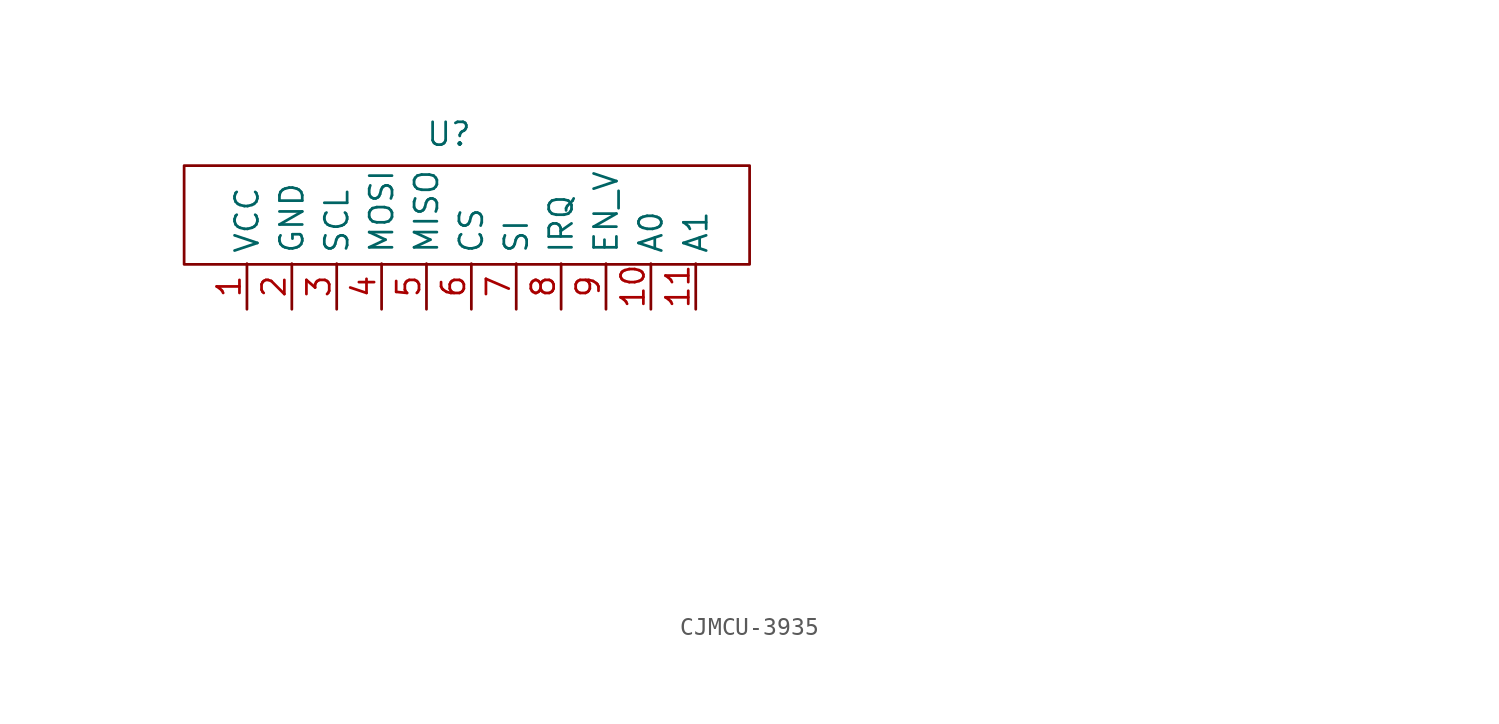
<source format=kicad_sym>
(kicad_symbol_lib
  (version 20220914)
  (generator kicad_symbol_editor)
  (symbol "CJMCU-3935"
    (property "Reference" "U"
      (at -1.25 4 0)
      (effects (font (size 1.27 1.27))))
    (property "Value" ""
      (at 46.75 -19.75 0)
      (effects (font (size 1.27 1.27))))
    (symbol "CJMCU-3935_0_1"
      (rectangle (start -16 2.25) (end 15.5 -3.25) (stroke (width 0) (type default)) (fill (type none))))
    (symbol "CJMCU-3935_1_1"
      (pin power_in line (at -12.5 -5.75 90) (length 2.54) (name "VCC" (effects (font (size 1.27 1.27)))) (number "1" (effects (font (size 1.27 1.27)))))
      (pin bidirectional line (at 10 -5.75 90) (length 2.54) (name "A0" (effects (font (size 1.27 1.27)))) (number "10" (effects (font (size 1.27 1.27)))))
      (pin bidirectional line (at 12.5 -5.75 90) (length 2.54) (name "A1" (effects (font (size 1.27 1.27)))) (number "11" (effects (font (size 1.27 1.27)))))
      (pin power_out line (at -10 -5.75 90) (length 2.54) (name "GND" (effects (font (size 1.27 1.27)))) (number "2" (effects (font (size 1.27 1.27)))))
      (pin bidirectional line (at -7.5 -5.75 90) (length 2.54) (name "SCL" (effects (font (size 1.27 1.27)))) (number "3" (effects (font (size 1.27 1.27)))))
      (pin bidirectional line (at -5 -5.75 90) (length 2.54) (name "MOSI" (effects (font (size 1.27 1.27)))) (number "4" (effects (font (size 1.27 1.27)))))
      (pin bidirectional line (at -2.5 -5.75 90) (length 2.54) (name "MISO" (effects (font (size 1.27 1.27)))) (number "5" (effects (font (size 1.27 1.27)))))
      (pin bidirectional line (at 0 -5.75 90) (length 2.54) (name "CS" (effects (font (size 1.27 1.27)))) (number "6" (effects (font (size 1.27 1.27)))))
      (pin bidirectional line (at 2.5 -5.75 90) (length 2.54) (name "SI" (effects (font (size 1.27 1.27)))) (number "7" (effects (font (size 1.27 1.27)))))
      (pin bidirectional line (at 5 -5.75 90) (length 2.54) (name "IRQ" (effects (font (size 1.27 1.27)))) (number "8" (effects (font (size 1.27 1.27)))))
      (pin bidirectional line (at 7.5 -5.75 90) (length 2.54) (name "EN_V" (effects (font (size 1.27 1.27)))) (number "9" (effects (font (size 1.27 1.27))))))))
</source>
